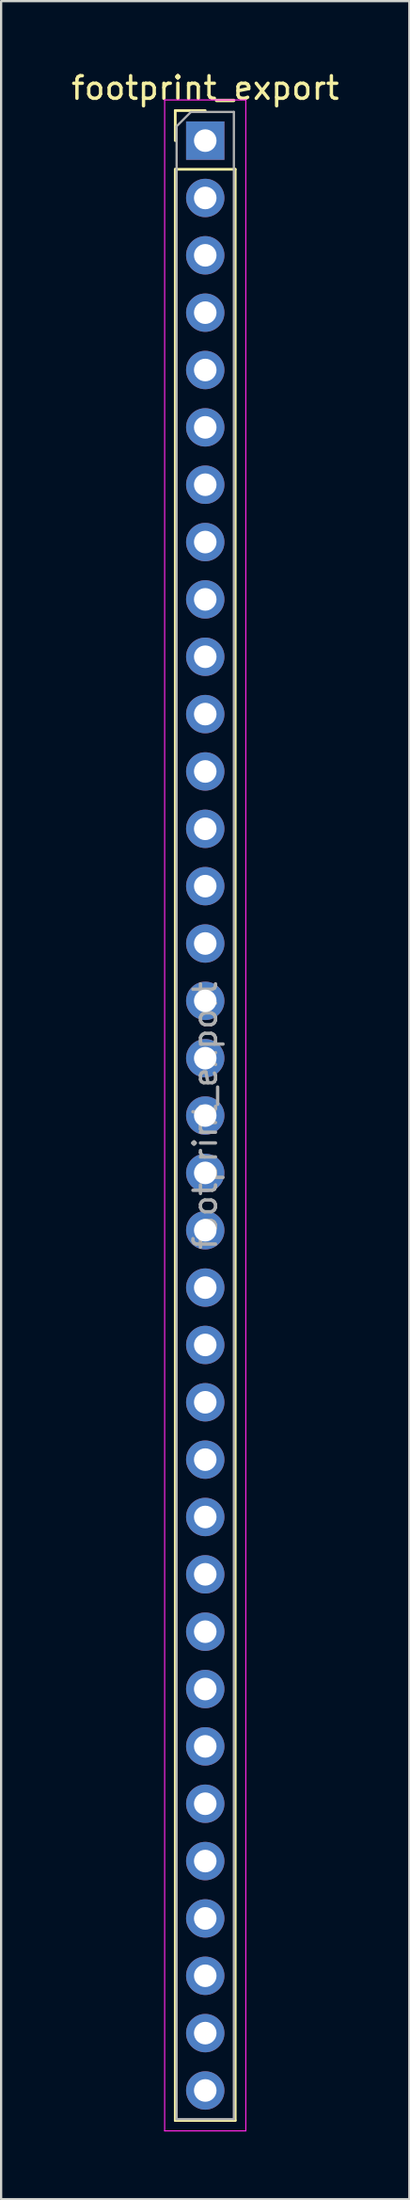
<source format=kicad_pcb>
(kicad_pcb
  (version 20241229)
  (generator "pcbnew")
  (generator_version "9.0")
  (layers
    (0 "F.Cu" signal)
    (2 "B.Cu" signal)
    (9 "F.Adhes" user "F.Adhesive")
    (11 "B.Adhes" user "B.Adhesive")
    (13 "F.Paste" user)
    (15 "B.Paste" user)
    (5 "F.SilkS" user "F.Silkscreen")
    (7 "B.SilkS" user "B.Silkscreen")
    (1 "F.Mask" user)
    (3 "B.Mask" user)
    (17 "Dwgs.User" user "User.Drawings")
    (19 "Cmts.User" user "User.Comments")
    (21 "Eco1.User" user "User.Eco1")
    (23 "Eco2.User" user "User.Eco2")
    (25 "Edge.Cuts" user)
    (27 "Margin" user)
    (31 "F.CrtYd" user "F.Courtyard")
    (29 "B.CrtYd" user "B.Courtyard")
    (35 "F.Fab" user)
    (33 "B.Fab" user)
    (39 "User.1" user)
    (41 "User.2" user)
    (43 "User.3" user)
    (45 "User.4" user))
  (footprint "footprint_export"
    (layer "F.Cu")
    (at 6.054 3.178)
    (property "Reference" "footprint_export" (at 0 -2.33 0) (layer "F.SilkS") (effects (font (size 1 1) (thickness 0.15))))
    (attr through_hole)
    (fp_line (start -1.33 -1.33) (end 0 -1.33) (stroke (width 0.12) (type solid)) (layer "F.SilkS"))
    (fp_line (start -1.33 0) (end -1.33 -1.33) (stroke (width 0.12) (type solid)) (layer "F.SilkS"))
    (fp_line (start -1.33 1.27) (end -1.33 87.69) (stroke (width 0.12) (type solid)) (layer "F.SilkS"))
    (fp_line (start -1.33 1.27) (end 1.33 1.27) (stroke (width 0.12) (type solid)) (layer "F.SilkS"))
    (fp_line (start -1.33 87.69) (end 1.33 87.69) (stroke (width 0.12) (type solid)) (layer "F.SilkS"))
    (fp_line (start 1.33 1.27) (end 1.33 87.69) (stroke (width 0.12) (type solid)) (layer "F.SilkS"))
    (fp_line (start -1.8 -1.8) (end -1.8 88.15) (stroke (width 0.05) (type solid)) (layer "F.CrtYd"))
    (fp_line (start -1.8 88.15) (end 1.8 88.15) (stroke (width 0.05) (type solid)) (layer "F.CrtYd"))
    (fp_line (start 1.8 -1.8) (end -1.8 -1.8) (stroke (width 0.05) (type solid)) (layer "F.CrtYd"))
    (fp_line (start 1.8 88.15) (end 1.8 -1.8) (stroke (width 0.05) (type solid)) (layer "F.CrtYd"))
    (fp_line (start -1.27 -0.635) (end -0.635 -1.27) (stroke (width 0.1) (type solid)) (layer "F.Fab"))
    (fp_line (start -1.27 87.63) (end -1.27 -0.635) (stroke (width 0.1) (type solid)) (layer "F.Fab"))
    (fp_line (start -0.635 -1.27) (end 1.27 -1.27) (stroke (width 0.1) (type solid)) (layer "F.Fab"))
    (fp_line (start 1.27 -1.27) (end 1.27 87.63) (stroke (width 0.1) (type solid)) (layer "F.Fab"))
    (fp_line (start 1.27 87.63) (end -1.27 87.63) (stroke (width 0.1) (type solid)) (layer "F.Fab"))
    (fp_text user "${REFERENCE}" (at 0 43.18 90) (layer "F.Fab") (effects (font (size 1 1) (thickness 0.15))))
    (pad "1" thru_hole rect (at 0 0) (size 1.7 1.7) (drill 1) (layers "*.Cu" "*.Mask"))
    (pad "2" thru_hole oval (at 0 2.54) (size 1.7 1.7) (drill 1) (layers "*.Cu" "*.Mask"))
    (pad "3" thru_hole oval (at 0 5.08) (size 1.7 1.7) (drill 1) (layers "*.Cu" "*.Mask"))
    (pad "4" thru_hole oval (at 0 7.62) (size 1.7 1.7) (drill 1) (layers "*.Cu" "*.Mask"))
    (pad "5" thru_hole oval (at 0 10.16) (size 1.7 1.7) (drill 1) (layers "*.Cu" "*.Mask"))
    (pad "6" thru_hole oval (at 0 12.7) (size 1.7 1.7) (drill 1) (layers "*.Cu" "*.Mask"))
    (pad "7" thru_hole oval (at 0 15.24) (size 1.7 1.7) (drill 1) (layers "*.Cu" "*.Mask"))
    (pad "8" thru_hole oval (at 0 17.78) (size 1.7 1.7) (drill 1) (layers "*.Cu" "*.Mask"))
    (pad "9" thru_hole oval (at 0 20.32) (size 1.7 1.7) (drill 1) (layers "*.Cu" "*.Mask"))
    (pad "10" thru_hole oval (at 0 22.86) (size 1.7 1.7) (drill 1) (layers "*.Cu" "*.Mask"))
    (pad "11" thru_hole oval (at 0 25.4) (size 1.7 1.7) (drill 1) (layers "*.Cu" "*.Mask"))
    (pad "12" thru_hole oval (at 0 27.94) (size 1.7 1.7) (drill 1) (layers "*.Cu" "*.Mask"))
    (pad "13" thru_hole oval (at 0 30.48) (size 1.7 1.7) (drill 1) (layers "*.Cu" "*.Mask"))
    (pad "14" thru_hole oval (at 0 33.02) (size 1.7 1.7) (drill 1) (layers "*.Cu" "*.Mask"))
    (pad "15" thru_hole oval (at 0 35.56) (size 1.7 1.7) (drill 1) (layers "*.Cu" "*.Mask"))
    (pad "16" thru_hole oval (at 0 38.1) (size 1.7 1.7) (drill 1) (layers "*.Cu" "*.Mask"))
    (pad "17" thru_hole oval (at 0 40.64) (size 1.7 1.7) (drill 1) (layers "*.Cu" "*.Mask"))
    (pad "18" thru_hole oval (at 0 43.18) (size 1.7 1.7) (drill 1) (layers "*.Cu" "*.Mask"))
    (pad "19" thru_hole oval (at 0 45.72) (size 1.7 1.7) (drill 1) (layers "*.Cu" "*.Mask"))
    (pad "20" thru_hole oval (at 0 48.26) (size 1.7 1.7) (drill 1) (layers "*.Cu" "*.Mask"))
    (pad "21" thru_hole oval (at 0 50.8) (size 1.7 1.7) (drill 1) (layers "*.Cu" "*.Mask"))
    (pad "22" thru_hole oval (at 0 53.34) (size 1.7 1.7) (drill 1) (layers "*.Cu" "*.Mask"))
    (pad "23" thru_hole oval (at 0 55.88) (size 1.7 1.7) (drill 1) (layers "*.Cu" "*.Mask"))
    (pad "24" thru_hole oval (at 0 58.42) (size 1.7 1.7) (drill 1) (layers "*.Cu" "*.Mask"))
    (pad "25" thru_hole oval (at 0 60.96) (size 1.7 1.7) (drill 1) (layers "*.Cu" "*.Mask"))
    (pad "26" thru_hole oval (at 0 63.5) (size 1.7 1.7) (drill 1) (layers "*.Cu" "*.Mask"))
    (pad "27" thru_hole oval (at 0 66.04) (size 1.7 1.7) (drill 1) (layers "*.Cu" "*.Mask"))
    (pad "28" thru_hole oval (at 0 68.58) (size 1.7 1.7) (drill 1) (layers "*.Cu" "*.Mask"))
    (pad "29" thru_hole oval (at 0 71.12) (size 1.7 1.7) (drill 1) (layers "*.Cu" "*.Mask"))
    (pad "30" thru_hole oval (at 0 73.66) (size 1.7 1.7) (drill 1) (layers "*.Cu" "*.Mask"))
    (pad "31" thru_hole oval (at 0 76.2) (size 1.7 1.7) (drill 1) (layers "*.Cu" "*.Mask"))
    (pad "32" thru_hole oval (at 0 78.74) (size 1.7 1.7) (drill 1) (layers "*.Cu" "*.Mask"))
    (pad "33" thru_hole oval (at 0 81.28) (size 1.7 1.7) (drill 1) (layers "*.Cu" "*.Mask"))
    (pad "34" thru_hole oval (at 0 83.82) (size 1.7 1.7) (drill 1) (layers "*.Cu" "*.Mask"))
    (pad "35" thru_hole oval (at 0 86.36) (size 1.7 1.7) (drill 1) (layers "*.Cu" "*.Mask")))
  (gr_rect
    (start -3 -3)
    (end 15.107 94.353)
    (stroke (width 0.1) (type default))
    (fill no)
    (layer "Edge.Cuts")))
</source>
